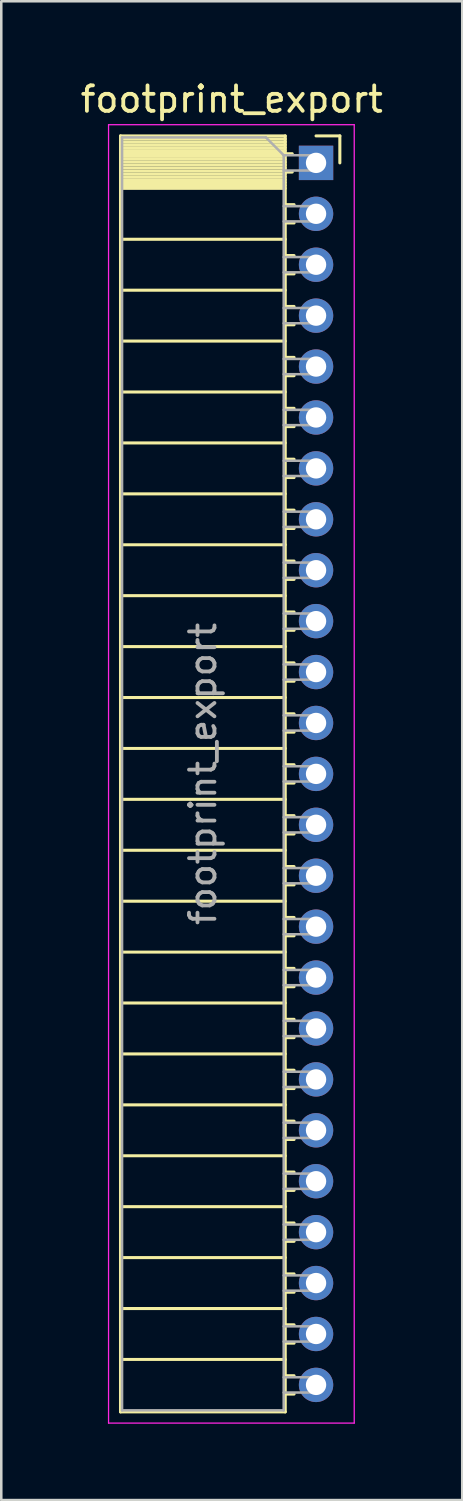
<source format=kicad_pcb>
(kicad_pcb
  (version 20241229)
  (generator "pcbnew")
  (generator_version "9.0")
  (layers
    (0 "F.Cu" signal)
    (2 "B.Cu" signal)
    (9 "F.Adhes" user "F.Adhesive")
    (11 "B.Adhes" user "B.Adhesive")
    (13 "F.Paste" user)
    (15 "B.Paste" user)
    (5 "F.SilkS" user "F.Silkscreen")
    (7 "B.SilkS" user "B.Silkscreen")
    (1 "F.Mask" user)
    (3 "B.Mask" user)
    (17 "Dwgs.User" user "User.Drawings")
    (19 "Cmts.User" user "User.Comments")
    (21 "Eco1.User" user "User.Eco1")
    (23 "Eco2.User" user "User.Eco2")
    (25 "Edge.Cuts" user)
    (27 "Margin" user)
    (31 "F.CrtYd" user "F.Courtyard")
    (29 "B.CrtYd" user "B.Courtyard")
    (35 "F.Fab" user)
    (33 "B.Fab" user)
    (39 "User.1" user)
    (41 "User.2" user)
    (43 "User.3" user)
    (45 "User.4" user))
  (footprint "footprint_export"
    (layer "F.Cu")
    (at 9.364 3.348)
    (property "Reference" "footprint_export" (at -3.31 -2.5 0) (layer "F.SilkS") (effects (font (size 1 1) (thickness 0.15))))
    (attr through_hole)
    (fp_line (start -7.68 -1.06) (end -7.68 49.06) (stroke (width 0.12) (type solid)) (layer "F.SilkS"))
    (fp_line (start -7.68 -1.06) (end -1.21 -1.06) (stroke (width 0.12) (type solid)) (layer "F.SilkS"))
    (fp_line (start -7.68 -0.94) (end -1.21 -0.94) (stroke (width 0.12) (type solid)) (layer "F.SilkS"))
    (fp_line (start -7.68 -0.826) (end -1.21 -0.826) (stroke (width 0.12) (type solid)) (layer "F.SilkS"))
    (fp_line (start -7.68 -0.712) (end -1.21 -0.712) (stroke (width 0.12) (type solid)) (layer "F.SilkS"))
    (fp_line (start -7.68 -0.598) (end -1.21 -0.598) (stroke (width 0.12) (type solid)) (layer "F.SilkS"))
    (fp_line (start -7.68 -0.484) (end -1.21 -0.484) (stroke (width 0.12) (type solid)) (layer "F.SilkS"))
    (fp_line (start -7.68 -0.369) (end -1.21 -0.369) (stroke (width 0.12) (type solid)) (layer "F.SilkS"))
    (fp_line (start -7.68 -0.255) (end -1.21 -0.255) (stroke (width 0.12) (type solid)) (layer "F.SilkS"))
    (fp_line (start -7.68 -0.141) (end -1.21 -0.141) (stroke (width 0.12) (type solid)) (layer "F.SilkS"))
    (fp_line (start -7.68 -0.027) (end -1.21 -0.027) (stroke (width 0.12) (type solid)) (layer "F.SilkS"))
    (fp_line (start -7.68 0.087) (end -1.21 0.087) (stroke (width 0.12) (type solid)) (layer "F.SilkS"))
    (fp_line (start -7.68 0.201) (end -1.21 0.201) (stroke (width 0.12) (type solid)) (layer "F.SilkS"))
    (fp_line (start -7.68 0.315) (end -1.21 0.315) (stroke (width 0.12) (type solid)) (layer "F.SilkS"))
    (fp_line (start -7.68 0.429) (end -1.21 0.429) (stroke (width 0.12) (type solid)) (layer "F.SilkS"))
    (fp_line (start -7.68 0.544) (end -1.21 0.544) (stroke (width 0.12) (type solid)) (layer "F.SilkS"))
    (fp_line (start -7.68 0.658) (end -1.21 0.658) (stroke (width 0.12) (type solid)) (layer "F.SilkS"))
    (fp_line (start -7.68 0.772) (end -1.21 0.772) (stroke (width 0.12) (type solid)) (layer "F.SilkS"))
    (fp_line (start -7.68 0.886) (end -1.21 0.886) (stroke (width 0.12) (type solid)) (layer "F.SilkS"))
    (fp_line (start -7.68 1) (end -1.21 1) (stroke (width 0.12) (type solid)) (layer "F.SilkS"))
    (fp_line (start -7.68 3) (end -1.21 3) (stroke (width 0.12) (type solid)) (layer "F.SilkS"))
    (fp_line (start -7.68 5) (end -1.21 5) (stroke (width 0.12) (type solid)) (layer "F.SilkS"))
    (fp_line (start -7.68 7) (end -1.21 7) (stroke (width 0.12) (type solid)) (layer "F.SilkS"))
    (fp_line (start -7.68 9) (end -1.21 9) (stroke (width 0.12) (type solid)) (layer "F.SilkS"))
    (fp_line (start -7.68 11) (end -1.21 11) (stroke (width 0.12) (type solid)) (layer "F.SilkS"))
    (fp_line (start -7.68 13) (end -1.21 13) (stroke (width 0.12) (type solid)) (layer "F.SilkS"))
    (fp_line (start -7.68 15) (end -1.21 15) (stroke (width 0.12) (type solid)) (layer "F.SilkS"))
    (fp_line (start -7.68 17) (end -1.21 17) (stroke (width 0.12) (type solid)) (layer "F.SilkS"))
    (fp_line (start -7.68 19) (end -1.21 19) (stroke (width 0.12) (type solid)) (layer "F.SilkS"))
    (fp_line (start -7.68 21) (end -1.21 21) (stroke (width 0.12) (type solid)) (layer "F.SilkS"))
    (fp_line (start -7.68 23) (end -1.21 23) (stroke (width 0.12) (type solid)) (layer "F.SilkS"))
    (fp_line (start -7.68 25) (end -1.21 25) (stroke (width 0.12) (type solid)) (layer "F.SilkS"))
    (fp_line (start -7.68 27) (end -1.21 27) (stroke (width 0.12) (type solid)) (layer "F.SilkS"))
    (fp_line (start -7.68 29) (end -1.21 29) (stroke (width 0.12) (type solid)) (layer "F.SilkS"))
    (fp_line (start -7.68 31) (end -1.21 31) (stroke (width 0.12) (type solid)) (layer "F.SilkS"))
    (fp_line (start -7.68 33) (end -1.21 33) (stroke (width 0.12) (type solid)) (layer "F.SilkS"))
    (fp_line (start -7.68 35) (end -1.21 35) (stroke (width 0.12) (type solid)) (layer "F.SilkS"))
    (fp_line (start -7.68 37) (end -1.21 37) (stroke (width 0.12) (type solid)) (layer "F.SilkS"))
    (fp_line (start -7.68 39) (end -1.21 39) (stroke (width 0.12) (type solid)) (layer "F.SilkS"))
    (fp_line (start -7.68 41) (end -1.21 41) (stroke (width 0.12) (type solid)) (layer "F.SilkS"))
    (fp_line (start -7.68 43) (end -1.21 43) (stroke (width 0.12) (type solid)) (layer "F.SilkS"))
    (fp_line (start -7.68 45) (end -1.21 45) (stroke (width 0.12) (type solid)) (layer "F.SilkS"))
    (fp_line (start -7.68 47) (end -1.21 47) (stroke (width 0.12) (type solid)) (layer "F.SilkS"))
    (fp_line (start -7.68 49.06) (end -1.21 49.06) (stroke (width 0.12) (type solid)) (layer "F.SilkS"))
    (fp_line (start -1.21 -1.06) (end -1.21 49.06) (stroke (width 0.12) (type solid)) (layer "F.SilkS"))
    (fp_line (start -1.21 -0.36) (end -0.935 -0.36) (stroke (width 0.12) (type solid)) (layer "F.SilkS"))
    (fp_line (start -1.21 0.36) (end -0.935 0.36) (stroke (width 0.12) (type solid)) (layer "F.SilkS"))
    (fp_line (start -1.21 1.64) (end -0.863 1.64) (stroke (width 0.12) (type solid)) (layer "F.SilkS"))
    (fp_line (start -1.21 2.36) (end -0.863 2.36) (stroke (width 0.12) (type solid)) (layer "F.SilkS"))
    (fp_line (start -1.21 3.64) (end -0.863 3.64) (stroke (width 0.12) (type solid)) (layer "F.SilkS"))
    (fp_line (start -1.21 4.36) (end -0.863 4.36) (stroke (width 0.12) (type solid)) (layer "F.SilkS"))
    (fp_line (start -1.21 5.64) (end -0.863 5.64) (stroke (width 0.12) (type solid)) (layer "F.SilkS"))
    (fp_line (start -1.21 6.36) (end -0.863 6.36) (stroke (width 0.12) (type solid)) (layer "F.SilkS"))
    (fp_line (start -1.21 7.64) (end -0.863 7.64) (stroke (width 0.12) (type solid)) (layer "F.SilkS"))
    (fp_line (start -1.21 8.36) (end -0.863 8.36) (stroke (width 0.12) (type solid)) (layer "F.SilkS"))
    (fp_line (start -1.21 9.64) (end -0.863 9.64) (stroke (width 0.12) (type solid)) (layer "F.SilkS"))
    (fp_line (start -1.21 10.36) (end -0.863 10.36) (stroke (width 0.12) (type solid)) (layer "F.SilkS"))
    (fp_line (start -1.21 11.64) (end -0.863 11.64) (stroke (width 0.12) (type solid)) (layer "F.SilkS"))
    (fp_line (start -1.21 12.36) (end -0.863 12.36) (stroke (width 0.12) (type solid)) (layer "F.SilkS"))
    (fp_line (start -1.21 13.64) (end -0.863 13.64) (stroke (width 0.12) (type solid)) (layer "F.SilkS"))
    (fp_line (start -1.21 14.36) (end -0.863 14.36) (stroke (width 0.12) (type solid)) (layer "F.SilkS"))
    (fp_line (start -1.21 15.64) (end -0.863 15.64) (stroke (width 0.12) (type solid)) (layer "F.SilkS"))
    (fp_line (start -1.21 16.36) (end -0.863 16.36) (stroke (width 0.12) (type solid)) (layer "F.SilkS"))
    (fp_line (start -1.21 17.64) (end -0.863 17.64) (stroke (width 0.12) (type solid)) (layer "F.SilkS"))
    (fp_line (start -1.21 18.36) (end -0.863 18.36) (stroke (width 0.12) (type solid)) (layer "F.SilkS"))
    (fp_line (start -1.21 19.64) (end -0.863 19.64) (stroke (width 0.12) (type solid)) (layer "F.SilkS"))
    (fp_line (start -1.21 20.36) (end -0.863 20.36) (stroke (width 0.12) (type solid)) (layer "F.SilkS"))
    (fp_line (start -1.21 21.64) (end -0.863 21.64) (stroke (width 0.12) (type solid)) (layer "F.SilkS"))
    (fp_line (start -1.21 22.36) (end -0.863 22.36) (stroke (width 0.12) (type solid)) (layer "F.SilkS"))
    (fp_line (start -1.21 23.64) (end -0.863 23.64) (stroke (width 0.12) (type solid)) (layer "F.SilkS"))
    (fp_line (start -1.21 24.36) (end -0.863 24.36) (stroke (width 0.12) (type solid)) (layer "F.SilkS"))
    (fp_line (start -1.21 25.64) (end -0.863 25.64) (stroke (width 0.12) (type solid)) (layer "F.SilkS"))
    (fp_line (start -1.21 26.36) (end -0.863 26.36) (stroke (width 0.12) (type solid)) (layer "F.SilkS"))
    (fp_line (start -1.21 27.64) (end -0.863 27.64) (stroke (width 0.12) (type solid)) (layer "F.SilkS"))
    (fp_line (start -1.21 28.36) (end -0.863 28.36) (stroke (width 0.12) (type solid)) (layer "F.SilkS"))
    (fp_line (start -1.21 29.64) (end -0.863 29.64) (stroke (width 0.12) (type solid)) (layer "F.SilkS"))
    (fp_line (start -1.21 30.36) (end -0.863 30.36) (stroke (width 0.12) (type solid)) (layer "F.SilkS"))
    (fp_line (start -1.21 31.64) (end -0.863 31.64) (stroke (width 0.12) (type solid)) (layer "F.SilkS"))
    (fp_line (start -1.21 32.36) (end -0.863 32.36) (stroke (width 0.12) (type solid)) (layer "F.SilkS"))
    (fp_line (start -1.21 33.64) (end -0.863 33.64) (stroke (width 0.12) (type solid)) (layer "F.SilkS"))
    (fp_line (start -1.21 34.36) (end -0.863 34.36) (stroke (width 0.12) (type solid)) (layer "F.SilkS"))
    (fp_line (start -1.21 35.64) (end -0.863 35.64) (stroke (width 0.12) (type solid)) (layer "F.SilkS"))
    (fp_line (start -1.21 36.36) (end -0.863 36.36) (stroke (width 0.12) (type solid)) (layer "F.SilkS"))
    (fp_line (start -1.21 37.64) (end -0.863 37.64) (stroke (width 0.12) (type solid)) (layer "F.SilkS"))
    (fp_line (start -1.21 38.36) (end -0.863 38.36) (stroke (width 0.12) (type solid)) (layer "F.SilkS"))
    (fp_line (start -1.21 39.64) (end -0.863 39.64) (stroke (width 0.12) (type solid)) (layer "F.SilkS"))
    (fp_line (start -1.21 40.36) (end -0.863 40.36) (stroke (width 0.12) (type solid)) (layer "F.SilkS"))
    (fp_line (start -1.21 41.64) (end -0.863 41.64) (stroke (width 0.12) (type solid)) (layer "F.SilkS"))
    (fp_line (start -1.21 42.36) (end -0.863 42.36) (stroke (width 0.12) (type solid)) (layer "F.SilkS"))
    (fp_line (start -1.21 43.64) (end -0.863 43.64) (stroke (width 0.12) (type solid)) (layer "F.SilkS"))
    (fp_line (start -1.21 44.36) (end -0.863 44.36) (stroke (width 0.12) (type solid)) (layer "F.SilkS"))
    (fp_line (start -1.21 45.64) (end -0.863 45.64) (stroke (width 0.12) (type solid)) (layer "F.SilkS"))
    (fp_line (start -1.21 46.36) (end -0.863 46.36) (stroke (width 0.12) (type solid)) (layer "F.SilkS"))
    (fp_line (start -1.21 47.64) (end -0.863 47.64) (stroke (width 0.12) (type solid)) (layer "F.SilkS"))
    (fp_line (start -1.21 48.36) (end -0.863 48.36) (stroke (width 0.12) (type solid)) (layer "F.SilkS"))
    (fp_line (start 0 -1.06) (end 0.935 -1.06) (stroke (width 0.12) (type solid)) (layer "F.SilkS"))
    (fp_line (start 0.935 -1.06) (end 0.935 0) (stroke (width 0.12) (type solid)) (layer "F.SilkS"))
    (fp_line (start -8.15 -1.5) (end -8.15 49.5) (stroke (width 0.05) (type solid)) (layer "F.CrtYd"))
    (fp_line (start -8.15 49.5) (end 1.5 49.5) (stroke (width 0.05) (type solid)) (layer "F.CrtYd"))
    (fp_line (start 1.5 -1.5) (end -8.15 -1.5) (stroke (width 0.05) (type solid)) (layer "F.CrtYd"))
    (fp_line (start 1.5 49.5) (end 1.5 -1.5) (stroke (width 0.05) (type solid)) (layer "F.CrtYd"))
    (fp_line (start -7.62 -1) (end -1.97 -1) (stroke (width 0.1) (type solid)) (layer "F.Fab"))
    (fp_line (start -7.62 49) (end -7.62 -1) (stroke (width 0.1) (type solid)) (layer "F.Fab"))
    (fp_line (start -1.97 -1) (end -1.27 -0.3) (stroke (width 0.1) (type solid)) (layer "F.Fab"))
    (fp_line (start -1.27 -0.3) (end -1.27 49) (stroke (width 0.1) (type solid)) (layer "F.Fab"))
    (fp_line (start -1.27 0.3) (end 0 0.3) (stroke (width 0.1) (type solid)) (layer "F.Fab"))
    (fp_line (start -1.27 2.3) (end 0 2.3) (stroke (width 0.1) (type solid)) (layer "F.Fab"))
    (fp_line (start -1.27 4.3) (end 0 4.3) (stroke (width 0.1) (type solid)) (layer "F.Fab"))
    (fp_line (start -1.27 6.3) (end 0 6.3) (stroke (width 0.1) (type solid)) (layer "F.Fab"))
    (fp_line (start -1.27 8.3) (end 0 8.3) (stroke (width 0.1) (type solid)) (layer "F.Fab"))
    (fp_line (start -1.27 10.3) (end 0 10.3) (stroke (width 0.1) (type solid)) (layer "F.Fab"))
    (fp_line (start -1.27 12.3) (end 0 12.3) (stroke (width 0.1) (type solid)) (layer "F.Fab"))
    (fp_line (start -1.27 14.3) (end 0 14.3) (stroke (width 0.1) (type solid)) (layer "F.Fab"))
    (fp_line (start -1.27 16.3) (end 0 16.3) (stroke (width 0.1) (type solid)) (layer "F.Fab"))
    (fp_line (start -1.27 18.3) (end 0 18.3) (stroke (width 0.1) (type solid)) (layer "F.Fab"))
    (fp_line (start -1.27 20.3) (end 0 20.3) (stroke (width 0.1) (type solid)) (layer "F.Fab"))
    (fp_line (start -1.27 22.3) (end 0 22.3) (stroke (width 0.1) (type solid)) (layer "F.Fab"))
    (fp_line (start -1.27 24.3) (end 0 24.3) (stroke (width 0.1) (type solid)) (layer "F.Fab"))
    (fp_line (start -1.27 26.3) (end 0 26.3) (stroke (width 0.1) (type solid)) (layer "F.Fab"))
    (fp_line (start -1.27 28.3) (end 0 28.3) (stroke (width 0.1) (type solid)) (layer "F.Fab"))
    (fp_line (start -1.27 30.3) (end 0 30.3) (stroke (width 0.1) (type solid)) (layer "F.Fab"))
    (fp_line (start -1.27 32.3) (end 0 32.3) (stroke (width 0.1) (type solid)) (layer "F.Fab"))
    (fp_line (start -1.27 34.3) (end 0 34.3) (stroke (width 0.1) (type solid)) (layer "F.Fab"))
    (fp_line (start -1.27 36.3) (end 0 36.3) (stroke (width 0.1) (type solid)) (layer "F.Fab"))
    (fp_line (start -1.27 38.3) (end 0 38.3) (stroke (width 0.1) (type solid)) (layer "F.Fab"))
    (fp_line (start -1.27 40.3) (end 0 40.3) (stroke (width 0.1) (type solid)) (layer "F.Fab"))
    (fp_line (start -1.27 42.3) (end 0 42.3) (stroke (width 0.1) (type solid)) (layer "F.Fab"))
    (fp_line (start -1.27 44.3) (end 0 44.3) (stroke (width 0.1) (type solid)) (layer "F.Fab"))
    (fp_line (start -1.27 46.3) (end 0 46.3) (stroke (width 0.1) (type solid)) (layer "F.Fab"))
    (fp_line (start -1.27 48.3) (end 0 48.3) (stroke (width 0.1) (type solid)) (layer "F.Fab"))
    (fp_line (start -1.27 49) (end -7.62 49) (stroke (width 0.1) (type solid)) (layer "F.Fab"))
    (fp_line (start 0 -0.3) (end -1.27 -0.3) (stroke (width 0.1) (type solid)) (layer "F.Fab"))
    (fp_line (start 0 0.3) (end 0 -0.3) (stroke (width 0.1) (type solid)) (layer "F.Fab"))
    (fp_line (start 0 1.7) (end -1.27 1.7) (stroke (width 0.1) (type solid)) (layer "F.Fab"))
    (fp_line (start 0 2.3) (end 0 1.7) (stroke (width 0.1) (type solid)) (layer "F.Fab"))
    (fp_line (start 0 3.7) (end -1.27 3.7) (stroke (width 0.1) (type solid)) (layer "F.Fab"))
    (fp_line (start 0 4.3) (end 0 3.7) (stroke (width 0.1) (type solid)) (layer "F.Fab"))
    (fp_line (start 0 5.7) (end -1.27 5.7) (stroke (width 0.1) (type solid)) (layer "F.Fab"))
    (fp_line (start 0 6.3) (end 0 5.7) (stroke (width 0.1) (type solid)) (layer "F.Fab"))
    (fp_line (start 0 7.7) (end -1.27 7.7) (stroke (width 0.1) (type solid)) (layer "F.Fab"))
    (fp_line (start 0 8.3) (end 0 7.7) (stroke (width 0.1) (type solid)) (layer "F.Fab"))
    (fp_line (start 0 9.7) (end -1.27 9.7) (stroke (width 0.1) (type solid)) (layer "F.Fab"))
    (fp_line (start 0 10.3) (end 0 9.7) (stroke (width 0.1) (type solid)) (layer "F.Fab"))
    (fp_line (start 0 11.7) (end -1.27 11.7) (stroke (width 0.1) (type solid)) (layer "F.Fab"))
    (fp_line (start 0 12.3) (end 0 11.7) (stroke (width 0.1) (type solid)) (layer "F.Fab"))
    (fp_line (start 0 13.7) (end -1.27 13.7) (stroke (width 0.1) (type solid)) (layer "F.Fab"))
    (fp_line (start 0 14.3) (end 0 13.7) (stroke (width 0.1) (type solid)) (layer "F.Fab"))
    (fp_line (start 0 15.7) (end -1.27 15.7) (stroke (width 0.1) (type solid)) (layer "F.Fab"))
    (fp_line (start 0 16.3) (end 0 15.7) (stroke (width 0.1) (type solid)) (layer "F.Fab"))
    (fp_line (start 0 17.7) (end -1.27 17.7) (stroke (width 0.1) (type solid)) (layer "F.Fab"))
    (fp_line (start 0 18.3) (end 0 17.7) (stroke (width 0.1) (type solid)) (layer "F.Fab"))
    (fp_line (start 0 19.7) (end -1.27 19.7) (stroke (width 0.1) (type solid)) (layer "F.Fab"))
    (fp_line (start 0 20.3) (end 0 19.7) (stroke (width 0.1) (type solid)) (layer "F.Fab"))
    (fp_line (start 0 21.7) (end -1.27 21.7) (stroke (width 0.1) (type solid)) (layer "F.Fab"))
    (fp_line (start 0 22.3) (end 0 21.7) (stroke (width 0.1) (type solid)) (layer "F.Fab"))
    (fp_line (start 0 23.7) (end -1.27 23.7) (stroke (width 0.1) (type solid)) (layer "F.Fab"))
    (fp_line (start 0 24.3) (end 0 23.7) (stroke (width 0.1) (type solid)) (layer "F.Fab"))
    (fp_line (start 0 25.7) (end -1.27 25.7) (stroke (width 0.1) (type solid)) (layer "F.Fab"))
    (fp_line (start 0 26.3) (end 0 25.7) (stroke (width 0.1) (type solid)) (layer "F.Fab"))
    (fp_line (start 0 27.7) (end -1.27 27.7) (stroke (width 0.1) (type solid)) (layer "F.Fab"))
    (fp_line (start 0 28.3) (end 0 27.7) (stroke (width 0.1) (type solid)) (layer "F.Fab"))
    (fp_line (start 0 29.7) (end -1.27 29.7) (stroke (width 0.1) (type solid)) (layer "F.Fab"))
    (fp_line (start 0 30.3) (end 0 29.7) (stroke (width 0.1) (type solid)) (layer "F.Fab"))
    (fp_line (start 0 31.7) (end -1.27 31.7) (stroke (width 0.1) (type solid)) (layer "F.Fab"))
    (fp_line (start 0 32.3) (end 0 31.7) (stroke (width 0.1) (type solid)) (layer "F.Fab"))
    (fp_line (start 0 33.7) (end -1.27 33.7) (stroke (width 0.1) (type solid)) (layer "F.Fab"))
    (fp_line (start 0 34.3) (end 0 33.7) (stroke (width 0.1) (type solid)) (layer "F.Fab"))
    (fp_line (start 0 35.7) (end -1.27 35.7) (stroke (width 0.1) (type solid)) (layer "F.Fab"))
    (fp_line (start 0 36.3) (end 0 35.7) (stroke (width 0.1) (type solid)) (layer "F.Fab"))
    (fp_line (start 0 37.7) (end -1.27 37.7) (stroke (width 0.1) (type solid)) (layer "F.Fab"))
    (fp_line (start 0 38.3) (end 0 37.7) (stroke (width 0.1) (type solid)) (layer "F.Fab"))
    (fp_line (start 0 39.7) (end -1.27 39.7) (stroke (width 0.1) (type solid)) (layer "F.Fab"))
    (fp_line (start 0 40.3) (end 0 39.7) (stroke (width 0.1) (type solid)) (layer "F.Fab"))
    (fp_line (start 0 41.7) (end -1.27 41.7) (stroke (width 0.1) (type solid)) (layer "F.Fab"))
    (fp_line (start 0 42.3) (end 0 41.7) (stroke (width 0.1) (type solid)) (layer "F.Fab"))
    (fp_line (start 0 43.7) (end -1.27 43.7) (stroke (width 0.1) (type solid)) (layer "F.Fab"))
    (fp_line (start 0 44.3) (end 0 43.7) (stroke (width 0.1) (type solid)) (layer "F.Fab"))
    (fp_line (start 0 45.7) (end -1.27 45.7) (stroke (width 0.1) (type solid)) (layer "F.Fab"))
    (fp_line (start 0 46.3) (end 0 45.7) (stroke (width 0.1) (type solid)) (layer "F.Fab"))
    (fp_line (start 0 47.7) (end -1.27 47.7) (stroke (width 0.1) (type solid)) (layer "F.Fab"))
    (fp_line (start 0 48.3) (end 0 47.7) (stroke (width 0.1) (type solid)) (layer "F.Fab"))
    (fp_text user "${REFERENCE}" (at -4.445 24 90) (layer "F.Fab") (effects (font (size 1 1) (thickness 0.15))))
    (pad "1" thru_hole rect (at 0 0) (size 1.35 1.35) (drill 0.8) (layers "*.Cu" "*.Mask"))
    (pad "2" thru_hole oval (at 0 2) (size 1.35 1.35) (drill 0.8) (layers "*.Cu" "*.Mask"))
    (pad "3" thru_hole oval (at 0 4) (size 1.35 1.35) (drill 0.8) (layers "*.Cu" "*.Mask"))
    (pad "4" thru_hole oval (at 0 6) (size 1.35 1.35) (drill 0.8) (layers "*.Cu" "*.Mask"))
    (pad "5" thru_hole oval (at 0 8) (size 1.35 1.35) (drill 0.8) (layers "*.Cu" "*.Mask"))
    (pad "6" thru_hole oval (at 0 10) (size 1.35 1.35) (drill 0.8) (layers "*.Cu" "*.Mask"))
    (pad "7" thru_hole oval (at 0 12) (size 1.35 1.35) (drill 0.8) (layers "*.Cu" "*.Mask"))
    (pad "8" thru_hole oval (at 0 14) (size 1.35 1.35) (drill 0.8) (layers "*.Cu" "*.Mask"))
    (pad "9" thru_hole oval (at 0 16) (size 1.35 1.35) (drill 0.8) (layers "*.Cu" "*.Mask"))
    (pad "10" thru_hole oval (at 0 18) (size 1.35 1.35) (drill 0.8) (layers "*.Cu" "*.Mask"))
    (pad "11" thru_hole oval (at 0 20) (size 1.35 1.35) (drill 0.8) (layers "*.Cu" "*.Mask"))
    (pad "12" thru_hole oval (at 0 22) (size 1.35 1.35) (drill 0.8) (layers "*.Cu" "*.Mask"))
    (pad "13" thru_hole oval (at 0 24) (size 1.35 1.35) (drill 0.8) (layers "*.Cu" "*.Mask"))
    (pad "14" thru_hole oval (at 0 26) (size 1.35 1.35) (drill 0.8) (layers "*.Cu" "*.Mask"))
    (pad "15" thru_hole oval (at 0 28) (size 1.35 1.35) (drill 0.8) (layers "*.Cu" "*.Mask"))
    (pad "16" thru_hole oval (at 0 30) (size 1.35 1.35) (drill 0.8) (layers "*.Cu" "*.Mask"))
    (pad "17" thru_hole oval (at 0 32) (size 1.35 1.35) (drill 0.8) (layers "*.Cu" "*.Mask"))
    (pad "18" thru_hole oval (at 0 34) (size 1.35 1.35) (drill 0.8) (layers "*.Cu" "*.Mask"))
    (pad "19" thru_hole oval (at 0 36) (size 1.35 1.35) (drill 0.8) (layers "*.Cu" "*.Mask"))
    (pad "20" thru_hole oval (at 0 38) (size 1.35 1.35) (drill 0.8) (layers "*.Cu" "*.Mask"))
    (pad "21" thru_hole oval (at 0 40) (size 1.35 1.35) (drill 0.8) (layers "*.Cu" "*.Mask"))
    (pad "22" thru_hole oval (at 0 42) (size 1.35 1.35) (drill 0.8) (layers "*.Cu" "*.Mask"))
    (pad "23" thru_hole oval (at 0 44) (size 1.35 1.35) (drill 0.8) (layers "*.Cu" "*.Mask"))
    (pad "24" thru_hole oval (at 0 46) (size 1.35 1.35) (drill 0.8) (layers "*.Cu" "*.Mask"))
    (pad "25" thru_hole oval (at 0 48) (size 1.35 1.35) (drill 0.8) (layers "*.Cu" "*.Mask")))
  (gr_rect
    (start -3 -3)
    (end 15.107 55.873)
    (stroke (width 0.1) (type default))
    (fill no)
    (layer "Edge.Cuts")))
</source>
